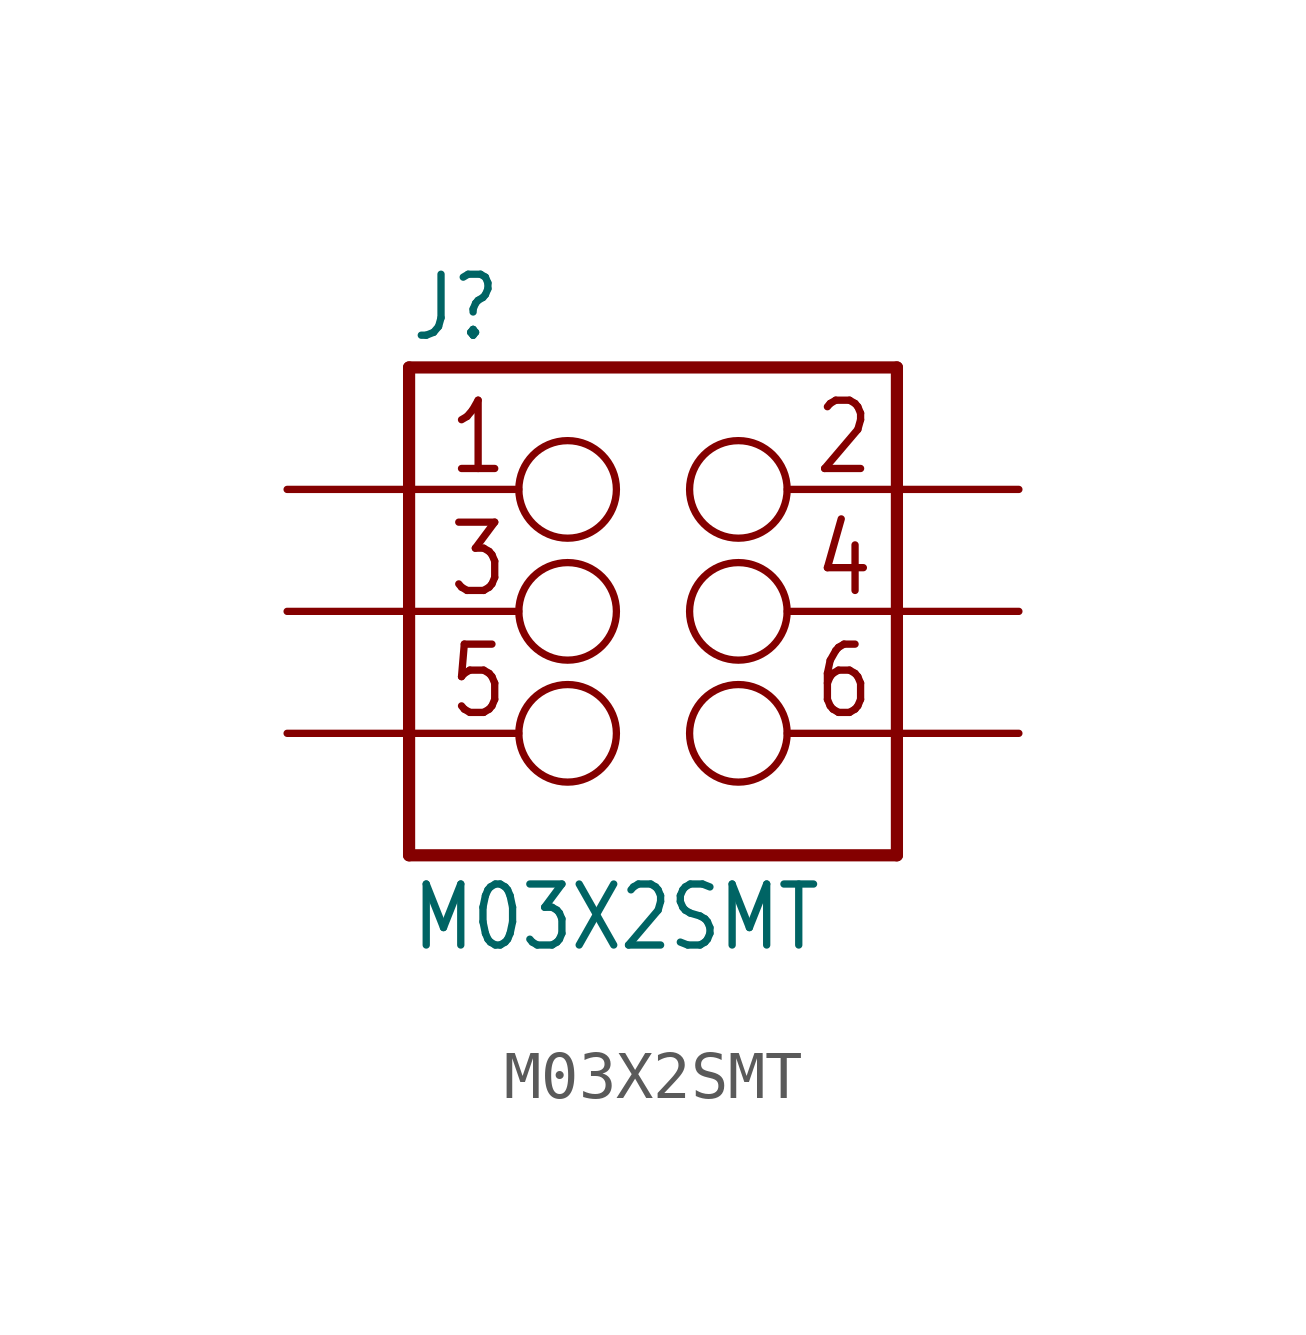
<source format=kicad_sym>
(kicad_symbol_lib
  (version 20220914)
  (generator kicad_symbol_editor)
  (symbol "M03X2SMT"
    (property "Reference" "J"
      (at -5.08 5.588 0)
      (effects (font (size 1.27 1.079)) (justify left bottom)))
    (property "Value" "M03X2SMT"
      (at -5.08 -7.112 0)
      (effects (font (size 1.27 1.079)) (justify left bottom)))
    (property "ki_locked" ""
      (at 0 0 0)
      (effects (font (size 1.27 1.27))))
    (symbol "M03X2SMT_1_0"
      (circle (center -1.778 -2.54) (radius 1.016) (stroke (width 0.152) (type default)) (fill (type none)))
      (circle (center -1.778 0) (radius 1.016) (stroke (width 0.152) (type default)) (fill (type none)))
      (circle (center -1.778 2.54) (radius 1.016) (stroke (width 0.152) (type default)) (fill (type none)))
      (polyline (pts (xy -5.08 -5.08) (xy -5.08 -2.54)) (stroke (width 0.254) (type default)) (fill (type none)))
      (polyline (pts (xy -5.08 -2.54) (xy -5.08 0)) (stroke (width 0.254) (type default)) (fill (type none)))
      (polyline (pts (xy -5.08 -2.54) (xy -2.794 -2.54)) (stroke (width 0.152) (type default)) (fill (type none)))
      (polyline (pts (xy -5.08 0) (xy -5.08 2.54)) (stroke (width 0.254) (type default)) (fill (type none)))
      (polyline (pts (xy -5.08 0) (xy -2.794 0)) (stroke (width 0.152) (type default)) (fill (type none)))
      (polyline (pts (xy -5.08 2.54) (xy -5.08 5.08)) (stroke (width 0.254) (type default)) (fill (type none)))
      (polyline (pts (xy -5.08 2.54) (xy -2.794 2.54)) (stroke (width 0.152) (type default)) (fill (type none)))
      (polyline (pts (xy -5.08 5.08) (xy 5.08 5.08)) (stroke (width 0.254) (type default)) (fill (type none)))
      (polyline (pts (xy 5.08 -5.08) (xy -5.08 -5.08)) (stroke (width 0.254) (type default)) (fill (type none)))
      (polyline (pts (xy 5.08 -2.54) (xy 2.794 -2.54)) (stroke (width 0.152) (type default)) (fill (type none)))
      (polyline (pts (xy 5.08 -2.54) (xy 5.08 -5.08)) (stroke (width 0.254) (type default)) (fill (type none)))
      (polyline (pts (xy 5.08 0) (xy 2.794 0)) (stroke (width 0.152) (type default)) (fill (type none)))
      (polyline (pts (xy 5.08 0) (xy 5.08 -2.54)) (stroke (width 0.254) (type default)) (fill (type none)))
      (polyline (pts (xy 5.08 2.54) (xy 2.794 2.54)) (stroke (width 0.152) (type default)) (fill (type none)))
      (polyline (pts (xy 5.08 2.54) (xy 5.08 0)) (stroke (width 0.254) (type default)) (fill (type none)))
      (polyline (pts (xy 5.08 5.08) (xy 5.08 2.54)) (stroke (width 0.254) (type default)) (fill (type none)))
      (circle (center 1.778 -2.54) (radius 1.016) (stroke (width 0.152) (type default)) (fill (type none)))
      (circle (center 1.778 0) (radius 1.016) (stroke (width 0.152) (type default)) (fill (type none)))
      (circle (center 1.778 2.54) (radius 1.016) (stroke (width 0.152) (type default)) (fill (type none)))
      (text "1" (at -4.318 2.794 0) (effects (font (size 1.422 1.209)) (justify left bottom)))
      (text "2" (at 3.302 2.794 0) (effects (font (size 1.422 1.209)) (justify left bottom)))
      (text "3" (at -4.318 0.254 0) (effects (font (size 1.422 1.209)) (justify left bottom)))
      (text "4" (at 3.302 0.254 0) (effects (font (size 1.422 1.209)) (justify left bottom)))
      (text "5" (at -4.318 -2.286 0) (effects (font (size 1.422 1.209)) (justify left bottom)))
      (text "6" (at 3.302 -2.286 0) (effects (font (size 1.422 1.209)) (justify left bottom)))
      (pin bidirectional line (at -7.62 2.54 0) (length 2.54) (name "1" (effects (font (size 0 0)))) (number "1" (effects (font (size 0 0)))))
      (pin bidirectional line (at 7.62 2.54 180) (length 2.54) (name "2" (effects (font (size 0 0)))) (number "2" (effects (font (size 0 0)))))
      (pin bidirectional line (at -7.62 0 0) (length 2.54) (name "3" (effects (font (size 0 0)))) (number "3" (effects (font (size 0 0)))))
      (pin bidirectional line (at 7.62 0 180) (length 2.54) (name "4" (effects (font (size 0 0)))) (number "4" (effects (font (size 0 0)))))
      (pin bidirectional line (at -7.62 -2.54 0) (length 2.54) (name "5" (effects (font (size 0 0)))) (number "5" (effects (font (size 0 0)))))
      (pin bidirectional line (at 7.62 -2.54 180) (length 2.54) (name "6" (effects (font (size 0 0)))) (number "6" (effects (font (size 0 0))))))))
</source>
